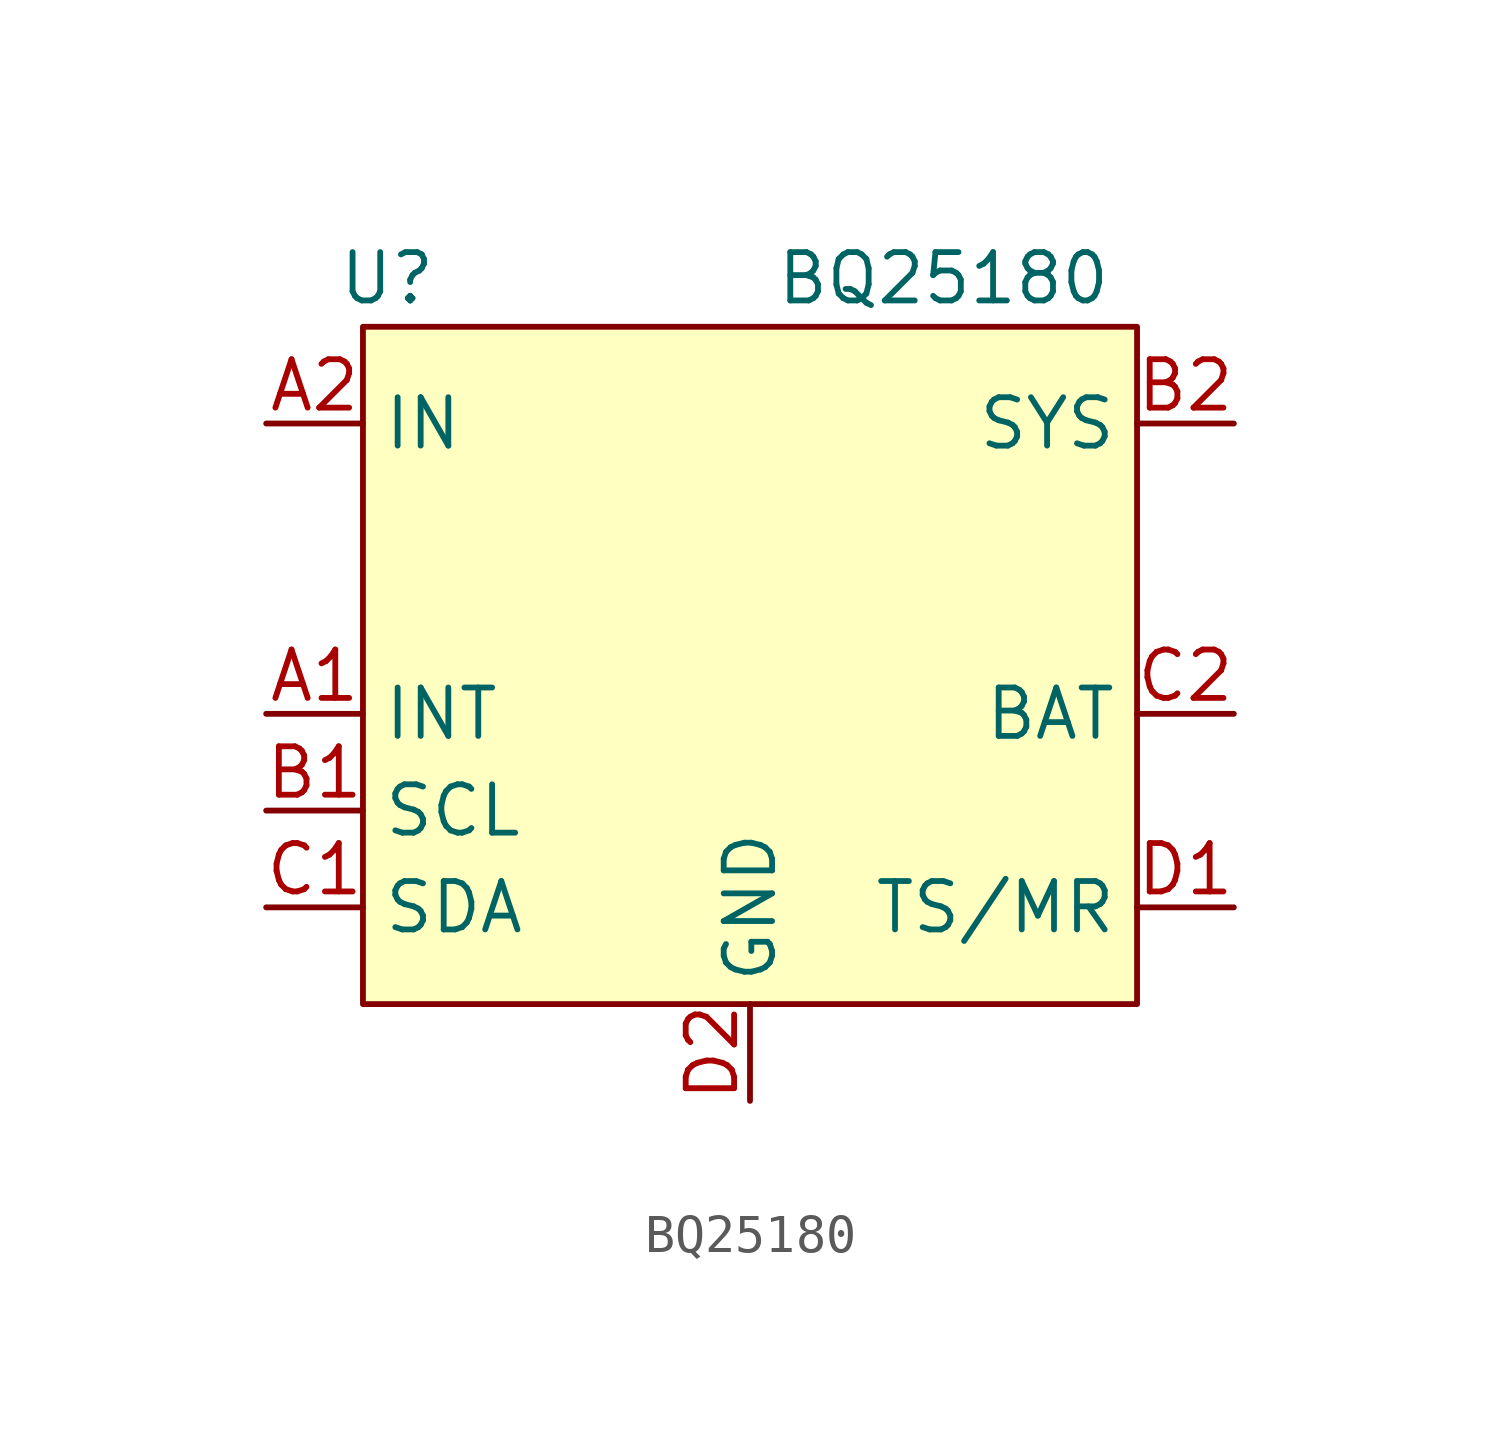
<source format=kicad_sym>
(kicad_symbol_lib
  (version 20220914)
  (generator kicad_symbol_editor)
  (symbol "BQ25180"
    (property "Reference" "U"
      (at -9.525 11.43 0)
      (effects (font (size 1.27 1.27))))
    (property "Value" "BQ25180"
      (at 5.08 11.43 0)
      (effects (font (size 1.27 1.27))))
    (symbol "BQ25180_0_0"
      (pin output line (at -12.7 0 0) (length 2.54) (name "INT" (effects (font (size 1.27 1.27)))) (number "A1" (effects (font (size 1.27 1.27)))))
      (pin power_in line (at -12.7 7.62 0) (length 2.54) (name "IN" (effects (font (size 1.27 1.27)))) (number "A2" (effects (font (size 1.27 1.27)))))
      (pin bidirectional line (at -12.7 -2.54 0) (length 2.54) (name "SCL" (effects (font (size 1.27 1.27)))) (number "B1" (effects (font (size 1.27 1.27)))))
      (pin power_in line (at 12.7 7.62 180) (length 2.54) (name "SYS" (effects (font (size 1.27 1.27)))) (number "B2" (effects (font (size 1.27 1.27)))))
      (pin bidirectional line (at -12.7 -5.08 0) (length 2.54) (name "SDA" (effects (font (size 1.27 1.27)))) (number "C1" (effects (font (size 1.27 1.27)))))
      (pin power_in line (at 12.7 0 180) (length 2.54) (name "BAT" (effects (font (size 1.27 1.27)))) (number "C2" (effects (font (size 1.27 1.27)))))
      (pin bidirectional line (at 12.7 -5.08 180) (length 2.54) (name "TS/MR" (effects (font (size 1.27 1.27)))) (number "D1" (effects (font (size 1.27 1.27)))))
      (pin power_in line (at 0 -10.16 90) (length 2.54) (name "GND" (effects (font (size 1.27 1.27)))) (number "D2" (effects (font (size 1.27 1.27))))))
    (symbol "BQ25180_1_1"
      (rectangle (start -10.16 10.16) (end 10.16 -7.62) (stroke (width 0) (type default)) (fill (type background))))))
</source>
